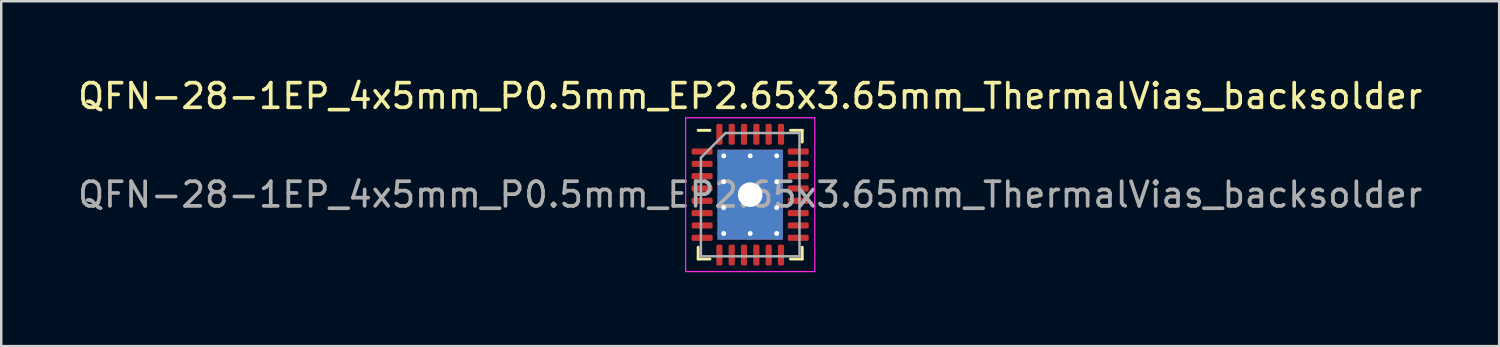
<source format=kicad_pcb>
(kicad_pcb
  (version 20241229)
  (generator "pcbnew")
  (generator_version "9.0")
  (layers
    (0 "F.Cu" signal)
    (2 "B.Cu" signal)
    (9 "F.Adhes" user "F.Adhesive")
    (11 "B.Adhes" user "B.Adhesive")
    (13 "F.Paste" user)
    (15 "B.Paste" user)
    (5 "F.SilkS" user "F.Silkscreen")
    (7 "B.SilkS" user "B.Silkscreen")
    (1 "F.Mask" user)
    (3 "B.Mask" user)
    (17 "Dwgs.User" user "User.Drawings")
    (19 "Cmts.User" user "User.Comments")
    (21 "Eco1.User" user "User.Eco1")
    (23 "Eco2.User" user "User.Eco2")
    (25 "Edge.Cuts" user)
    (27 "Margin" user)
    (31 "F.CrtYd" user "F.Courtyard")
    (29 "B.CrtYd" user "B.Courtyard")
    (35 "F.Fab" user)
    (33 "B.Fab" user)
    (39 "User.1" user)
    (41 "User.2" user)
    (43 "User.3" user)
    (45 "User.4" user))
  (footprint "QFN-28-1EP_4x5mm_P0.5mm_EP2.65x3.65mm_ThermalVias_backsolder"
    (layer "F.Cu")
    (at 27.387 4.848)
    (property "Reference" "QFN-28-1EP_4x5mm_P0.5mm_EP2.65x3.65mm_ThermalVias_backsolder" (at 0 -4 0) (layer "F.SilkS") (effects (font (size 1 1) (thickness 0.15))))
    (attr smd)
    (fp_line (start -2.11 2.61) (end -2.11 2.135) (stroke (width 0.12) (type solid)) (layer "F.SilkS"))
    (fp_line (start -1.635 -2.61) (end -2.11 -2.61) (stroke (width 0.12) (type solid)) (layer "F.SilkS"))
    (fp_line (start -1.635 2.61) (end -2.11 2.61) (stroke (width 0.12) (type solid)) (layer "F.SilkS"))
    (fp_line (start 1.635 -2.61) (end 2.11 -2.61) (stroke (width 0.12) (type solid)) (layer "F.SilkS"))
    (fp_line (start 1.635 2.61) (end 2.11 2.61) (stroke (width 0.12) (type solid)) (layer "F.SilkS"))
    (fp_line (start 2.11 -2.61) (end 2.11 -2.135) (stroke (width 0.12) (type solid)) (layer "F.SilkS"))
    (fp_line (start 2.11 2.61) (end 2.11 2.135) (stroke (width 0.12) (type solid)) (layer "F.SilkS"))
    (fp_line (start -2.62 -3.12) (end -2.62 3.12) (stroke (width 0.05) (type solid)) (layer "F.CrtYd"))
    (fp_line (start -2.62 3.12) (end 2.62 3.12) (stroke (width 0.05) (type solid)) (layer "F.CrtYd"))
    (fp_line (start 2.62 -3.12) (end -2.62 -3.12) (stroke (width 0.05) (type solid)) (layer "F.CrtYd"))
    (fp_line (start 2.62 3.12) (end 2.62 -3.12) (stroke (width 0.05) (type solid)) (layer "F.CrtYd"))
    (fp_line (start -2 -1.5) (end -1 -2.5) (stroke (width 0.1) (type solid)) (layer "F.Fab"))
    (fp_line (start -2 2.5) (end -2 -1.5) (stroke (width 0.1) (type solid)) (layer "F.Fab"))
    (fp_line (start -1 -2.5) (end 2 -2.5) (stroke (width 0.1) (type solid)) (layer "F.Fab"))
    (fp_line (start 2 -2.5) (end 2 2.5) (stroke (width 0.1) (type solid)) (layer "F.Fab"))
    (fp_line (start 2 2.5) (end -2 2.5) (stroke (width 0.1) (type solid)) (layer "F.Fab"))
    (fp_text user "${REFERENCE}" (at 0 0 0) (layer "F.Fab") (effects (font (size 1 1) (thickness 0.15))))
    (pad "" smd roundrect (at -0.66 -1) (size 0.9 0.9) (layers "F.Paste") (roundrect_rratio 0.25))
    (pad "" smd roundrect (at -0.6 1) (size 0.9 0.9) (layers "F.Paste") (roundrect_rratio 0.25))
    (pad "" smd roundrect (at 0.6 -1) (size 0.9 0.9) (layers "F.Paste") (roundrect_rratio 0.25))
    (pad "" smd roundrect (at 0.6 1) (size 0.9 0.9) (layers "F.Paste") (roundrect_rratio 0.25))
    (pad "1" smd roundrect (at -1.95 -1.75) (size 0.85 0.25) (layers "F.Cu" "F.Mask" "F.Paste") (roundrect_rratio 0.25))
    (pad "2" smd roundrect (at -1.95 -1.25) (size 0.85 0.25) (layers "F.Cu" "F.Mask" "F.Paste") (roundrect_rratio 0.25))
    (pad "3" smd roundrect (at -1.95 -0.75) (size 0.85 0.25) (layers "F.Cu" "F.Mask" "F.Paste") (roundrect_rratio 0.25))
    (pad "4" smd roundrect (at -1.95 -0.25) (size 0.85 0.25) (layers "F.Cu" "F.Mask" "F.Paste") (roundrect_rratio 0.25))
    (pad "5" smd roundrect (at -1.95 0.25) (size 0.85 0.25) (layers "F.Cu" "F.Mask" "F.Paste") (roundrect_rratio 0.25))
    (pad "6" smd roundrect (at -1.95 0.75) (size 0.85 0.25) (layers "F.Cu" "F.Mask" "F.Paste") (roundrect_rratio 0.25))
    (pad "7" smd roundrect (at -1.95 1.25) (size 0.85 0.25) (layers "F.Cu" "F.Mask" "F.Paste") (roundrect_rratio 0.25))
    (pad "8" smd roundrect (at -1.95 1.75) (size 0.85 0.25) (layers "F.Cu" "F.Mask" "F.Paste") (roundrect_rratio 0.25))
    (pad "9" smd roundrect (at -1.25 2.45) (size 0.25 0.85) (layers "F.Cu" "F.Mask" "F.Paste") (roundrect_rratio 0.25))
    (pad "10" smd roundrect (at -0.75 2.45) (size 0.25 0.85) (layers "F.Cu" "F.Mask" "F.Paste") (roundrect_rratio 0.25))
    (pad "11" smd roundrect (at -0.25 2.45) (size 0.25 0.85) (layers "F.Cu" "F.Mask" "F.Paste") (roundrect_rratio 0.25))
    (pad "12" smd roundrect (at 0.25 2.45) (size 0.25 0.85) (layers "F.Cu" "F.Mask" "F.Paste") (roundrect_rratio 0.25))
    (pad "13" smd roundrect (at 0.75 2.45) (size 0.25 0.85) (layers "F.Cu" "F.Mask" "F.Paste") (roundrect_rratio 0.25))
    (pad "14" smd roundrect (at 1.25 2.45) (size 0.25 0.85) (layers "F.Cu" "F.Mask" "F.Paste") (roundrect_rratio 0.25))
    (pad "15" smd roundrect (at 1.95 1.75) (size 0.85 0.25) (layers "F.Cu" "F.Mask" "F.Paste") (roundrect_rratio 0.25))
    (pad "16" smd roundrect (at 1.95 1.25) (size 0.85 0.25) (layers "F.Cu" "F.Mask" "F.Paste") (roundrect_rratio 0.25))
    (pad "17" smd roundrect (at 1.95 0.75) (size 0.85 0.25) (layers "F.Cu" "F.Mask" "F.Paste") (roundrect_rratio 0.25))
    (pad "18" smd roundrect (at 1.95 0.25) (size 0.85 0.25) (layers "F.Cu" "F.Mask" "F.Paste") (roundrect_rratio 0.25))
    (pad "19" smd roundrect (at 1.95 -0.25) (size 0.85 0.25) (layers "F.Cu" "F.Mask" "F.Paste") (roundrect_rratio 0.25))
    (pad "20" smd roundrect (at 1.95 -0.75) (size 0.85 0.25) (layers "F.Cu" "F.Mask" "F.Paste") (roundrect_rratio 0.25))
    (pad "21" smd roundrect (at 1.95 -1.25) (size 0.85 0.25) (layers "F.Cu" "F.Mask" "F.Paste") (roundrect_rratio 0.25))
    (pad "22" smd roundrect (at 1.95 -1.75) (size 0.85 0.25) (layers "F.Cu" "F.Mask" "F.Paste") (roundrect_rratio 0.25))
    (pad "23" smd roundrect (at 1.25 -2.45) (size 0.25 0.85) (layers "F.Cu" "F.Mask" "F.Paste") (roundrect_rratio 0.25))
    (pad "24" smd roundrect (at 0.75 -2.45) (size 0.25 0.85) (layers "F.Cu" "F.Mask" "F.Paste") (roundrect_rratio 0.25))
    (pad "25" smd roundrect (at 0.25 -2.45) (size 0.25 0.85) (layers "F.Cu" "F.Mask" "F.Paste") (roundrect_rratio 0.25))
    (pad "26" smd roundrect (at -0.25 -2.45) (size 0.25 0.85) (layers "F.Cu" "F.Mask" "F.Paste") (roundrect_rratio 0.25))
    (pad "27" smd roundrect (at -0.75 -2.45) (size 0.25 0.85) (layers "F.Cu" "F.Mask" "F.Paste") (roundrect_rratio 0.25))
    (pad "28" smd roundrect (at -1.25 -2.45) (size 0.25 0.85) (layers "F.Cu" "F.Mask" "F.Paste") (roundrect_rratio 0.25))
    (pad "29" thru_hole circle (at -1.075 -1.575) (size 0.5 0.5) (drill 0.2) (layers "*.Cu"))
    (pad "29" thru_hole circle (at -1.075 -0.525) (size 0.5 0.5) (drill 0.2) (layers "*.Cu"))
    (pad "29" thru_hole circle (at -1.075 0.525) (size 0.5 0.5) (drill 0.2) (layers "*.Cu"))
    (pad "29" thru_hole circle (at -1.075 1.575) (size 0.5 0.5) (drill 0.2) (layers "*.Cu"))
    (pad "29" thru_hole circle (at 0 -1.575) (size 0.5 0.5) (drill 0.2) (layers "*.Cu"))
    (pad "29" smd rect (at 0 0) (size 2 2) (layers "B.Cu" "B.Mask"))
    (pad "29" thru_hole rect (at 0 0) (size 2.65 3.65) (drill 1) (layers "*.Cu" "F.Mask"))
    (pad "29" thru_hole circle (at 0 1.575) (size 0.5 0.5) (drill 0.2) (layers "*.Cu"))
    (pad "29" thru_hole circle (at 1.075 -1.575) (size 0.5 0.5) (drill 0.2) (layers "*.Cu"))
    (pad "29" thru_hole circle (at 1.075 -0.525) (size 0.5 0.5) (drill 0.2) (layers "*.Cu"))
    (pad "29" thru_hole circle (at 1.075 0.525) (size 0.5 0.5) (drill 0.2) (layers "*.Cu"))
    (pad "29" thru_hole circle (at 1.075 1.575) (size 0.5 0.5) (drill 0.2) (layers "*.Cu")))
  (gr_rect
    (start -3 -3)
    (end 57.774 10.993)
    (stroke (width 0.1) (type default))
    (fill no)
    (layer "Edge.Cuts")))
</source>
